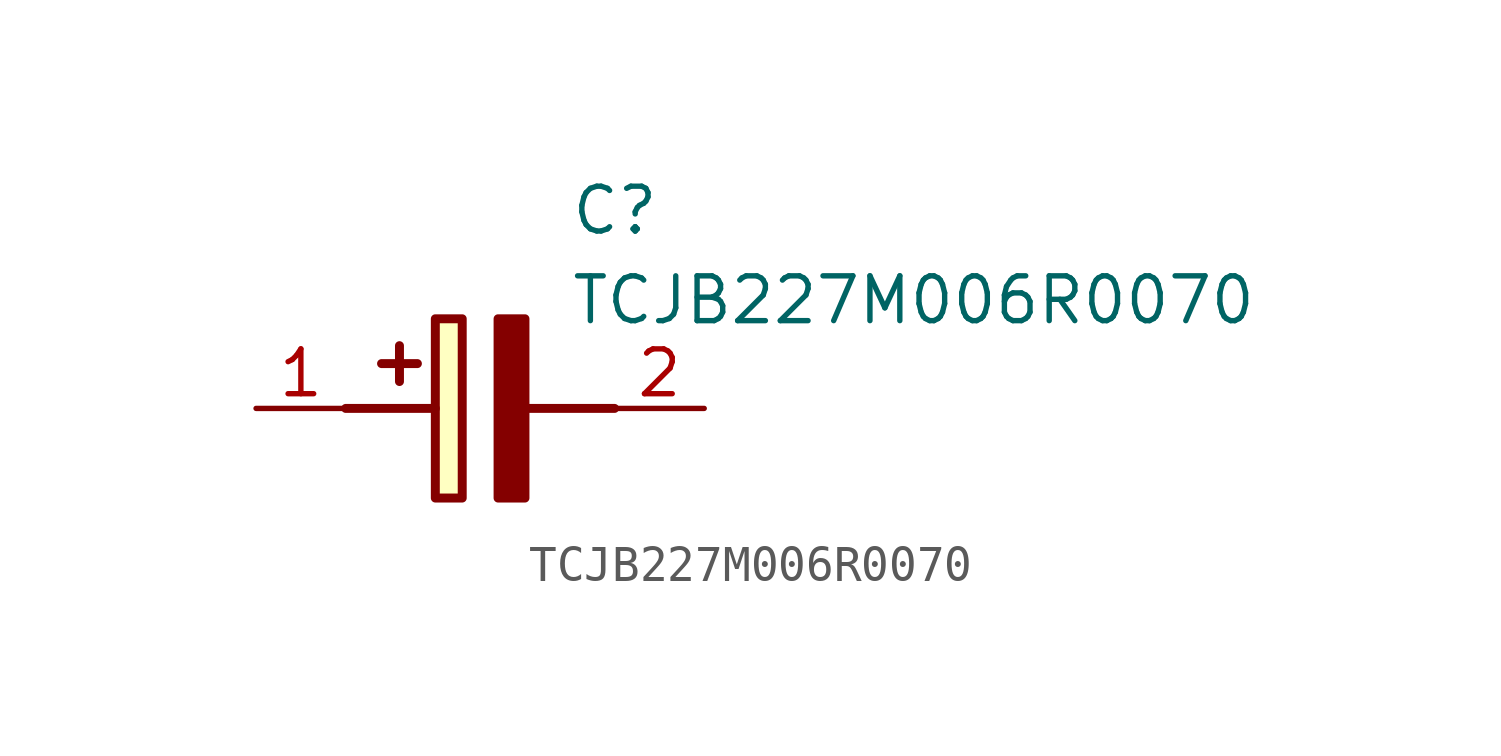
<source format=kicad_sym>
(kicad_symbol_lib
  (version 20211014)
  (generator SamacSys_ECAD_Model)
  (symbol "TCJB227M006R0070"
    (pin_names hide)
    (property "Reference" "C"
      (at 8.89 6.35 0)
      (effects (font (size 1.27 1.27)) (justify left top)))
    (property "Value" "TCJB227M006R0070"
      (at 8.89 3.81 0)
      (effects (font (size 1.27 1.27)) (justify left top)))
    (rectangle
      (start 5.08 2.54)
      (end 5.842 -2.54)
      (stroke (width 0.254) (type default))
      (fill (type background)))
    (polyline
      (pts (xy 4.572 1.27) (xy 3.556 1.27))
      (stroke (width 0.254) (type default))
      (fill (type none)))
    (polyline
      (pts (xy 4.064 1.778) (xy 4.064 0.762))
      (stroke (width 0.254) (type default))
      (fill (type none)))
    (polyline
      (pts (xy 2.54 0) (xy 5.08 0))
      (stroke (width 0.254) (type default))
      (fill (type none)))
    (polyline
      (pts (xy 7.62 0) (xy 10.16 0))
      (stroke (width 0.254) (type default))
      (fill (type none)))
    (polyline
      (pts (xy 7.62 2.54) (xy 7.62 -2.54) (xy 6.858 -2.54) (xy 6.858 2.54) (xy 7.62 2.54))
      (stroke (width 0.254) (type default))
      (fill (type outline)))
    (pin passive line
      (at 0 0 0)
      (length 2.54)
      (name "+" (effects (font (size 1.27 1.27))))
      (number "1" (effects (font (size 1.27 1.27)))))
    (pin passive line
      (at 12.7 0 180)
      (length 2.54)
      (name "-" (effects (font (size 1.27 1.27))))
      (number "2" (effects (font (size 1.27 1.27)))))))
</source>
